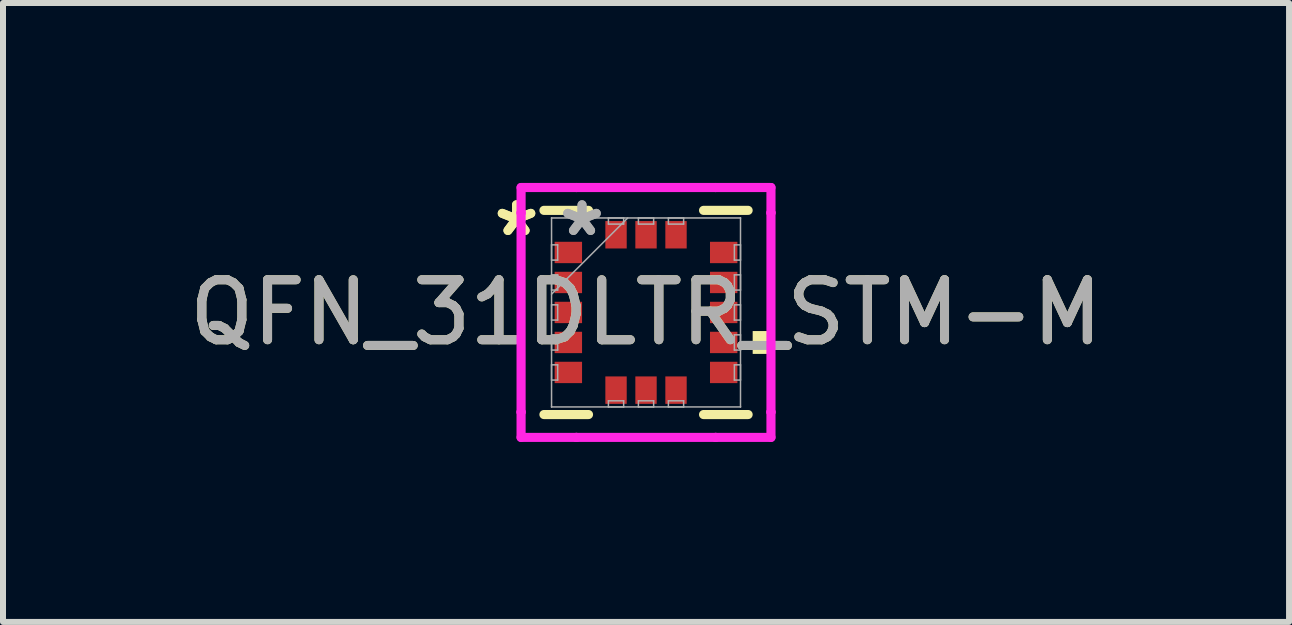
<source format=kicad_pcb>
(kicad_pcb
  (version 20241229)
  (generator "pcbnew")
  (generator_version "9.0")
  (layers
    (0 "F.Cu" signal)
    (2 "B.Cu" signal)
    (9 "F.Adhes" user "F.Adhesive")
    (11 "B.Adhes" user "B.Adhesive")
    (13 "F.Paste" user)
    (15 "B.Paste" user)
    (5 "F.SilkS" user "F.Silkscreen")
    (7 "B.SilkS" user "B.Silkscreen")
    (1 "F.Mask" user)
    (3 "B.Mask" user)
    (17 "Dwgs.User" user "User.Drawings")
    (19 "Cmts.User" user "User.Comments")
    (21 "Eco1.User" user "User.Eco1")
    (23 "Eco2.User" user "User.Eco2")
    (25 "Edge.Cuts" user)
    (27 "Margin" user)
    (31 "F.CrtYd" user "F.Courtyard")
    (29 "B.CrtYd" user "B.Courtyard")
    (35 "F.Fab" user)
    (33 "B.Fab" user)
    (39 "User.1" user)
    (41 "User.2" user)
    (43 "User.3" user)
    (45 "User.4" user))
  (footprint "QFN_31DLTR_STM-M"
    (layer "F.Cu")
    (at 7.72 2.159)
    (property "Reference" "QFN_31DLTR_STM-M" (at 0 0 0) (unlocked yes) (layer "F.SilkS") (effects (font (size 1 1) (thickness 0.15))))
    (attr smd)
    (fp_line (start -1.702 1.702) (end -0.959 1.702) (stroke (width 0.152) (type solid)) (layer "F.SilkS"))
    (fp_line (start -0.959 -1.702) (end -1.702 -1.702) (stroke (width 0.152) (type solid)) (layer "F.SilkS"))
    (fp_line (start 0.959 1.702) (end 1.702 1.702) (stroke (width 0.152) (type solid)) (layer "F.SilkS"))
    (fp_line (start 1.702 -1.702) (end 0.959 -1.702) (stroke (width 0.152) (type solid)) (layer "F.SilkS"))
    (fp_poly (pts (xy 2.032 0.31) (xy 2.032 0.691) (xy 1.778 0.691) (xy 1.778 0.31)) (stroke (width 0) (type solid)) (fill yes) (layer "F.SilkS"))
    (fp_line (start -2.083 -2.083) (end -1.161 -2.083) (stroke (width 0.152) (type solid)) (layer "F.CrtYd"))
    (fp_line (start -2.083 -1.661) (end -2.083 -2.083) (stroke (width 0.152) (type solid)) (layer "F.CrtYd"))
    (fp_line (start -2.083 -1.661) (end -2.083 -1.661) (stroke (width 0.152) (type solid)) (layer "F.CrtYd"))
    (fp_line (start -2.083 1.661) (end -2.083 -1.661) (stroke (width 0.152) (type solid)) (layer "F.CrtYd"))
    (fp_line (start -2.083 1.661) (end -2.083 1.661) (stroke (width 0.152) (type solid)) (layer "F.CrtYd"))
    (fp_line (start -2.083 2.083) (end -2.083 1.661) (stroke (width 0.152) (type solid)) (layer "F.CrtYd"))
    (fp_line (start -1.161 -2.083) (end -1.161 -2.083) (stroke (width 0.152) (type solid)) (layer "F.CrtYd"))
    (fp_line (start -1.161 -2.083) (end 1.161 -2.083) (stroke (width 0.152) (type solid)) (layer "F.CrtYd"))
    (fp_line (start -1.161 2.083) (end -2.083 2.083) (stroke (width 0.152) (type solid)) (layer "F.CrtYd"))
    (fp_line (start -1.161 2.083) (end -1.161 2.083) (stroke (width 0.152) (type solid)) (layer "F.CrtYd"))
    (fp_line (start 1.161 -2.083) (end 1.161 -2.083) (stroke (width 0.152) (type solid)) (layer "F.CrtYd"))
    (fp_line (start 1.161 -2.083) (end 2.083 -2.083) (stroke (width 0.152) (type solid)) (layer "F.CrtYd"))
    (fp_line (start 1.161 2.083) (end -1.161 2.083) (stroke (width 0.152) (type solid)) (layer "F.CrtYd"))
    (fp_line (start 1.161 2.083) (end 1.161 2.083) (stroke (width 0.152) (type solid)) (layer "F.CrtYd"))
    (fp_line (start 2.083 -2.083) (end 2.083 -1.661) (stroke (width 0.152) (type solid)) (layer "F.CrtYd"))
    (fp_line (start 2.083 -1.661) (end 2.083 -1.661) (stroke (width 0.152) (type solid)) (layer "F.CrtYd"))
    (fp_line (start 2.083 -1.661) (end 2.083 1.661) (stroke (width 0.152) (type solid)) (layer "F.CrtYd"))
    (fp_line (start 2.083 1.661) (end 2.083 1.661) (stroke (width 0.152) (type solid)) (layer "F.CrtYd"))
    (fp_line (start 2.083 1.661) (end 2.083 2.083) (stroke (width 0.152) (type solid)) (layer "F.CrtYd"))
    (fp_line (start 2.083 2.083) (end 1.161 2.083) (stroke (width 0.152) (type solid)) (layer "F.CrtYd"))
    (fp_line (start -1.575 -1.575) (end -1.575 -1.575) (stroke (width 0.025) (type solid)) (layer "F.Fab"))
    (fp_line (start -1.575 -1.575) (end -1.575 1.575) (stroke (width 0.025) (type solid)) (layer "F.Fab"))
    (fp_line (start -1.575 -1.127) (end -1.473 -1.127) (stroke (width 0.025) (type solid)) (layer "F.Fab"))
    (fp_line (start -1.575 -0.873) (end -1.575 -1.127) (stroke (width 0.025) (type solid)) (layer "F.Fab"))
    (fp_line (start -1.575 -0.627) (end -1.473 -0.627) (stroke (width 0.025) (type solid)) (layer "F.Fab"))
    (fp_line (start -1.575 -0.373) (end -1.575 -0.627) (stroke (width 0.025) (type solid)) (layer "F.Fab"))
    (fp_line (start -1.575 -0.305) (end -0.305 -1.575) (stroke (width 0.025) (type solid)) (layer "F.Fab"))
    (fp_line (start -1.575 -0.127) (end -1.473 -0.127) (stroke (width 0.025) (type solid)) (layer "F.Fab"))
    (fp_line (start -1.575 0.127) (end -1.575 -0.127) (stroke (width 0.025) (type solid)) (layer "F.Fab"))
    (fp_line (start -1.575 0.373) (end -1.473 0.373) (stroke (width 0.025) (type solid)) (layer "F.Fab"))
    (fp_line (start -1.575 0.627) (end -1.575 0.373) (stroke (width 0.025) (type solid)) (layer "F.Fab"))
    (fp_line (start -1.575 0.873) (end -1.473 0.873) (stroke (width 0.025) (type solid)) (layer "F.Fab"))
    (fp_line (start -1.575 1.127) (end -1.575 0.873) (stroke (width 0.025) (type solid)) (layer "F.Fab"))
    (fp_line (start -1.575 1.575) (end -1.575 1.575) (stroke (width 0.025) (type solid)) (layer "F.Fab"))
    (fp_line (start -1.575 1.575) (end 1.575 1.575) (stroke (width 0.025) (type solid)) (layer "F.Fab"))
    (fp_line (start -1.473 -1.127) (end -1.473 -0.873) (stroke (width 0.025) (type solid)) (layer "F.Fab"))
    (fp_line (start -1.473 -0.873) (end -1.575 -0.873) (stroke (width 0.025) (type solid)) (layer "F.Fab"))
    (fp_line (start -1.473 -0.627) (end -1.473 -0.373) (stroke (width 0.025) (type solid)) (layer "F.Fab"))
    (fp_line (start -1.473 -0.373) (end -1.575 -0.373) (stroke (width 0.025) (type solid)) (layer "F.Fab"))
    (fp_line (start -1.473 -0.127) (end -1.473 0.127) (stroke (width 0.025) (type solid)) (layer "F.Fab"))
    (fp_line (start -1.473 0.127) (end -1.575 0.127) (stroke (width 0.025) (type solid)) (layer "F.Fab"))
    (fp_line (start -1.473 0.373) (end -1.473 0.627) (stroke (width 0.025) (type solid)) (layer "F.Fab"))
    (fp_line (start -1.473 0.627) (end -1.575 0.627) (stroke (width 0.025) (type solid)) (layer "F.Fab"))
    (fp_line (start -1.473 0.873) (end -1.473 1.127) (stroke (width 0.025) (type solid)) (layer "F.Fab"))
    (fp_line (start -1.473 1.127) (end -1.575 1.127) (stroke (width 0.025) (type solid)) (layer "F.Fab"))
    (fp_line (start -0.627 -1.575) (end -0.373 -1.575) (stroke (width 0.025) (type solid)) (layer "F.Fab"))
    (fp_line (start -0.627 -1.473) (end -0.627 -1.575) (stroke (width 0.025) (type solid)) (layer "F.Fab"))
    (fp_line (start -0.627 1.473) (end -0.373 1.473) (stroke (width 0.025) (type solid)) (layer "F.Fab"))
    (fp_line (start -0.627 1.575) (end -0.627 1.473) (stroke (width 0.025) (type solid)) (layer "F.Fab"))
    (fp_line (start -0.373 -1.575) (end -0.373 -1.473) (stroke (width 0.025) (type solid)) (layer "F.Fab"))
    (fp_line (start -0.373 -1.473) (end -0.627 -1.473) (stroke (width 0.025) (type solid)) (layer "F.Fab"))
    (fp_line (start -0.373 1.473) (end -0.373 1.575) (stroke (width 0.025) (type solid)) (layer "F.Fab"))
    (fp_line (start -0.373 1.575) (end -0.627 1.575) (stroke (width 0.025) (type solid)) (layer "F.Fab"))
    (fp_line (start -0.127 -1.575) (end 0.127 -1.575) (stroke (width 0.025) (type solid)) (layer "F.Fab"))
    (fp_line (start -0.127 -1.473) (end -0.127 -1.575) (stroke (width 0.025) (type solid)) (layer "F.Fab"))
    (fp_line (start -0.127 1.473) (end 0.127 1.473) (stroke (width 0.025) (type solid)) (layer "F.Fab"))
    (fp_line (start -0.127 1.575) (end -0.127 1.473) (stroke (width 0.025) (type solid)) (layer "F.Fab"))
    (fp_line (start 0.127 -1.575) (end 0.127 -1.473) (stroke (width 0.025) (type solid)) (layer "F.Fab"))
    (fp_line (start 0.127 -1.473) (end -0.127 -1.473) (stroke (width 0.025) (type solid)) (layer "F.Fab"))
    (fp_line (start 0.127 1.473) (end 0.127 1.575) (stroke (width 0.025) (type solid)) (layer "F.Fab"))
    (fp_line (start 0.127 1.575) (end -0.127 1.575) (stroke (width 0.025) (type solid)) (layer "F.Fab"))
    (fp_line (start 0.373 -1.575) (end 0.627 -1.575) (stroke (width 0.025) (type solid)) (layer "F.Fab"))
    (fp_line (start 0.373 -1.473) (end 0.373 -1.575) (stroke (width 0.025) (type solid)) (layer "F.Fab"))
    (fp_line (start 0.373 1.473) (end 0.627 1.473) (stroke (width 0.025) (type solid)) (layer "F.Fab"))
    (fp_line (start 0.373 1.575) (end 0.373 1.473) (stroke (width 0.025) (type solid)) (layer "F.Fab"))
    (fp_line (start 0.627 -1.575) (end 0.627 -1.473) (stroke (width 0.025) (type solid)) (layer "F.Fab"))
    (fp_line (start 0.627 -1.473) (end 0.373 -1.473) (stroke (width 0.025) (type solid)) (layer "F.Fab"))
    (fp_line (start 0.627 1.473) (end 0.627 1.575) (stroke (width 0.025) (type solid)) (layer "F.Fab"))
    (fp_line (start 0.627 1.575) (end 0.373 1.575) (stroke (width 0.025) (type solid)) (layer "F.Fab"))
    (fp_line (start 1.473 -1.127) (end 1.575 -1.127) (stroke (width 0.025) (type solid)) (layer "F.Fab"))
    (fp_line (start 1.473 -0.873) (end 1.473 -1.127) (stroke (width 0.025) (type solid)) (layer "F.Fab"))
    (fp_line (start 1.473 -0.627) (end 1.575 -0.627) (stroke (width 0.025) (type solid)) (layer "F.Fab"))
    (fp_line (start 1.473 -0.373) (end 1.473 -0.627) (stroke (width 0.025) (type solid)) (layer "F.Fab"))
    (fp_line (start 1.473 -0.127) (end 1.575 -0.127) (stroke (width 0.025) (type solid)) (layer "F.Fab"))
    (fp_line (start 1.473 0.127) (end 1.473 -0.127) (stroke (width 0.025) (type solid)) (layer "F.Fab"))
    (fp_line (start 1.473 0.373) (end 1.575 0.373) (stroke (width 0.025) (type solid)) (layer "F.Fab"))
    (fp_line (start 1.473 0.627) (end 1.473 0.373) (stroke (width 0.025) (type solid)) (layer "F.Fab"))
    (fp_line (start 1.473 0.873) (end 1.575 0.873) (stroke (width 0.025) (type solid)) (layer "F.Fab"))
    (fp_line (start 1.473 1.127) (end 1.473 0.873) (stroke (width 0.025) (type solid)) (layer "F.Fab"))
    (fp_line (start 1.575 -1.575) (end -1.575 -1.575) (stroke (width 0.025) (type solid)) (layer "F.Fab"))
    (fp_line (start 1.575 -1.575) (end 1.575 -1.575) (stroke (width 0.025) (type solid)) (layer "F.Fab"))
    (fp_line (start 1.575 -1.127) (end 1.575 -0.873) (stroke (width 0.025) (type solid)) (layer "F.Fab"))
    (fp_line (start 1.575 -0.873) (end 1.473 -0.873) (stroke (width 0.025) (type solid)) (layer "F.Fab"))
    (fp_line (start 1.575 -0.627) (end 1.575 -0.373) (stroke (width 0.025) (type solid)) (layer "F.Fab"))
    (fp_line (start 1.575 -0.373) (end 1.473 -0.373) (stroke (width 0.025) (type solid)) (layer "F.Fab"))
    (fp_line (start 1.575 -0.127) (end 1.575 0.127) (stroke (width 0.025) (type solid)) (layer "F.Fab"))
    (fp_line (start 1.575 0.127) (end 1.473 0.127) (stroke (width 0.025) (type solid)) (layer "F.Fab"))
    (fp_line (start 1.575 0.373) (end 1.575 0.627) (stroke (width 0.025) (type solid)) (layer "F.Fab"))
    (fp_line (start 1.575 0.627) (end 1.473 0.627) (stroke (width 0.025) (type solid)) (layer "F.Fab"))
    (fp_line (start 1.575 0.873) (end 1.575 1.127) (stroke (width 0.025) (type solid)) (layer "F.Fab"))
    (fp_line (start 1.575 1.127) (end 1.473 1.127) (stroke (width 0.025) (type solid)) (layer "F.Fab"))
    (fp_line (start 1.575 1.575) (end 1.575 -1.575) (stroke (width 0.025) (type solid)) (layer "F.Fab"))
    (fp_line (start 1.575 1.575) (end 1.575 1.575) (stroke (width 0.025) (type solid)) (layer "F.Fab"))
    (fp_text user "*" (at -2.159 -1.25 0) (unlocked yes) (layer "F.SilkS") (effects (font (size 1 1) (thickness 0.15))))
    (fp_text user "*" (at -2.159 -1.25 0) (layer "F.SilkS") (effects (font (size 1 1) (thickness 0.15))))
    (fp_text user "*" (at -1.067 -1.25 0) (layer "F.Fab") (effects (font (size 1 1) (thickness 0.15))))
    (fp_text user "*" (at -1.067 -1.25 0) (unlocked yes) (layer "F.Fab") (effects (font (size 1 1) (thickness 0.15))))
    (fp_text user "${REFERENCE}" (at 0 0 0) (unlocked yes) (layer "F.Fab") (effects (font (size 1 1) (thickness 0.15))))
    (pad "1" smd rect (at -1.295 -1 90) (size 0.356 0.457) (layers "F.Cu" "F.Mask" "F.Paste"))
    (pad "2" smd rect (at -1.295 -0.5 90) (size 0.356 0.457) (layers "F.Cu" "F.Mask" "F.Paste"))
    (pad "3" smd rect (at -1.295 0 90) (size 0.356 0.457) (layers "F.Cu" "F.Mask" "F.Paste"))
    (pad "4" smd rect (at -1.295 0.5 90) (size 0.356 0.457) (layers "F.Cu" "F.Mask" "F.Paste"))
    (pad "5" smd rect (at -1.295 1 90) (size 0.356 0.457) (layers "F.Cu" "F.Mask" "F.Paste"))
    (pad "6" smd rect (at -0.5 1.295) (size 0.356 0.457) (layers "F.Cu" "F.Mask" "F.Paste"))
    (pad "7" smd rect (at 0 1.295) (size 0.356 0.457) (layers "F.Cu" "F.Mask" "F.Paste"))
    (pad "8" smd rect (at 0.5 1.295) (size 0.356 0.457) (layers "F.Cu" "F.Mask" "F.Paste"))
    (pad "9" smd rect (at 1.295 1 90) (size 0.356 0.457) (layers "F.Cu" "F.Mask" "F.Paste"))
    (pad "10" smd rect (at 1.295 0.5 90) (size 0.356 0.457) (layers "F.Cu" "F.Mask" "F.Paste"))
    (pad "11" smd rect (at 1.295 0 90) (size 0.356 0.457) (layers "F.Cu" "F.Mask" "F.Paste"))
    (pad "12" smd rect (at 1.295 -0.5 90) (size 0.356 0.457) (layers "F.Cu" "F.Mask" "F.Paste"))
    (pad "13" smd rect (at 1.295 -1 90) (size 0.356 0.457) (layers "F.Cu" "F.Mask" "F.Paste"))
    (pad "14" smd rect (at 0.5 -1.295) (size 0.356 0.457) (layers "F.Cu" "F.Mask" "F.Paste"))
    (pad "15" smd rect (at 0 -1.295) (size 0.356 0.457) (layers "F.Cu" "F.Mask" "F.Paste"))
    (pad "16" smd rect (at -0.5 -1.295) (size 0.356 0.457) (layers "F.Cu" "F.Mask" "F.Paste")))
  (gr_rect
    (start -3 -3)
    (end 18.44 7.318)
    (stroke (width 0.1) (type default))
    (fill no)
    (layer "Edge.Cuts")))
</source>
